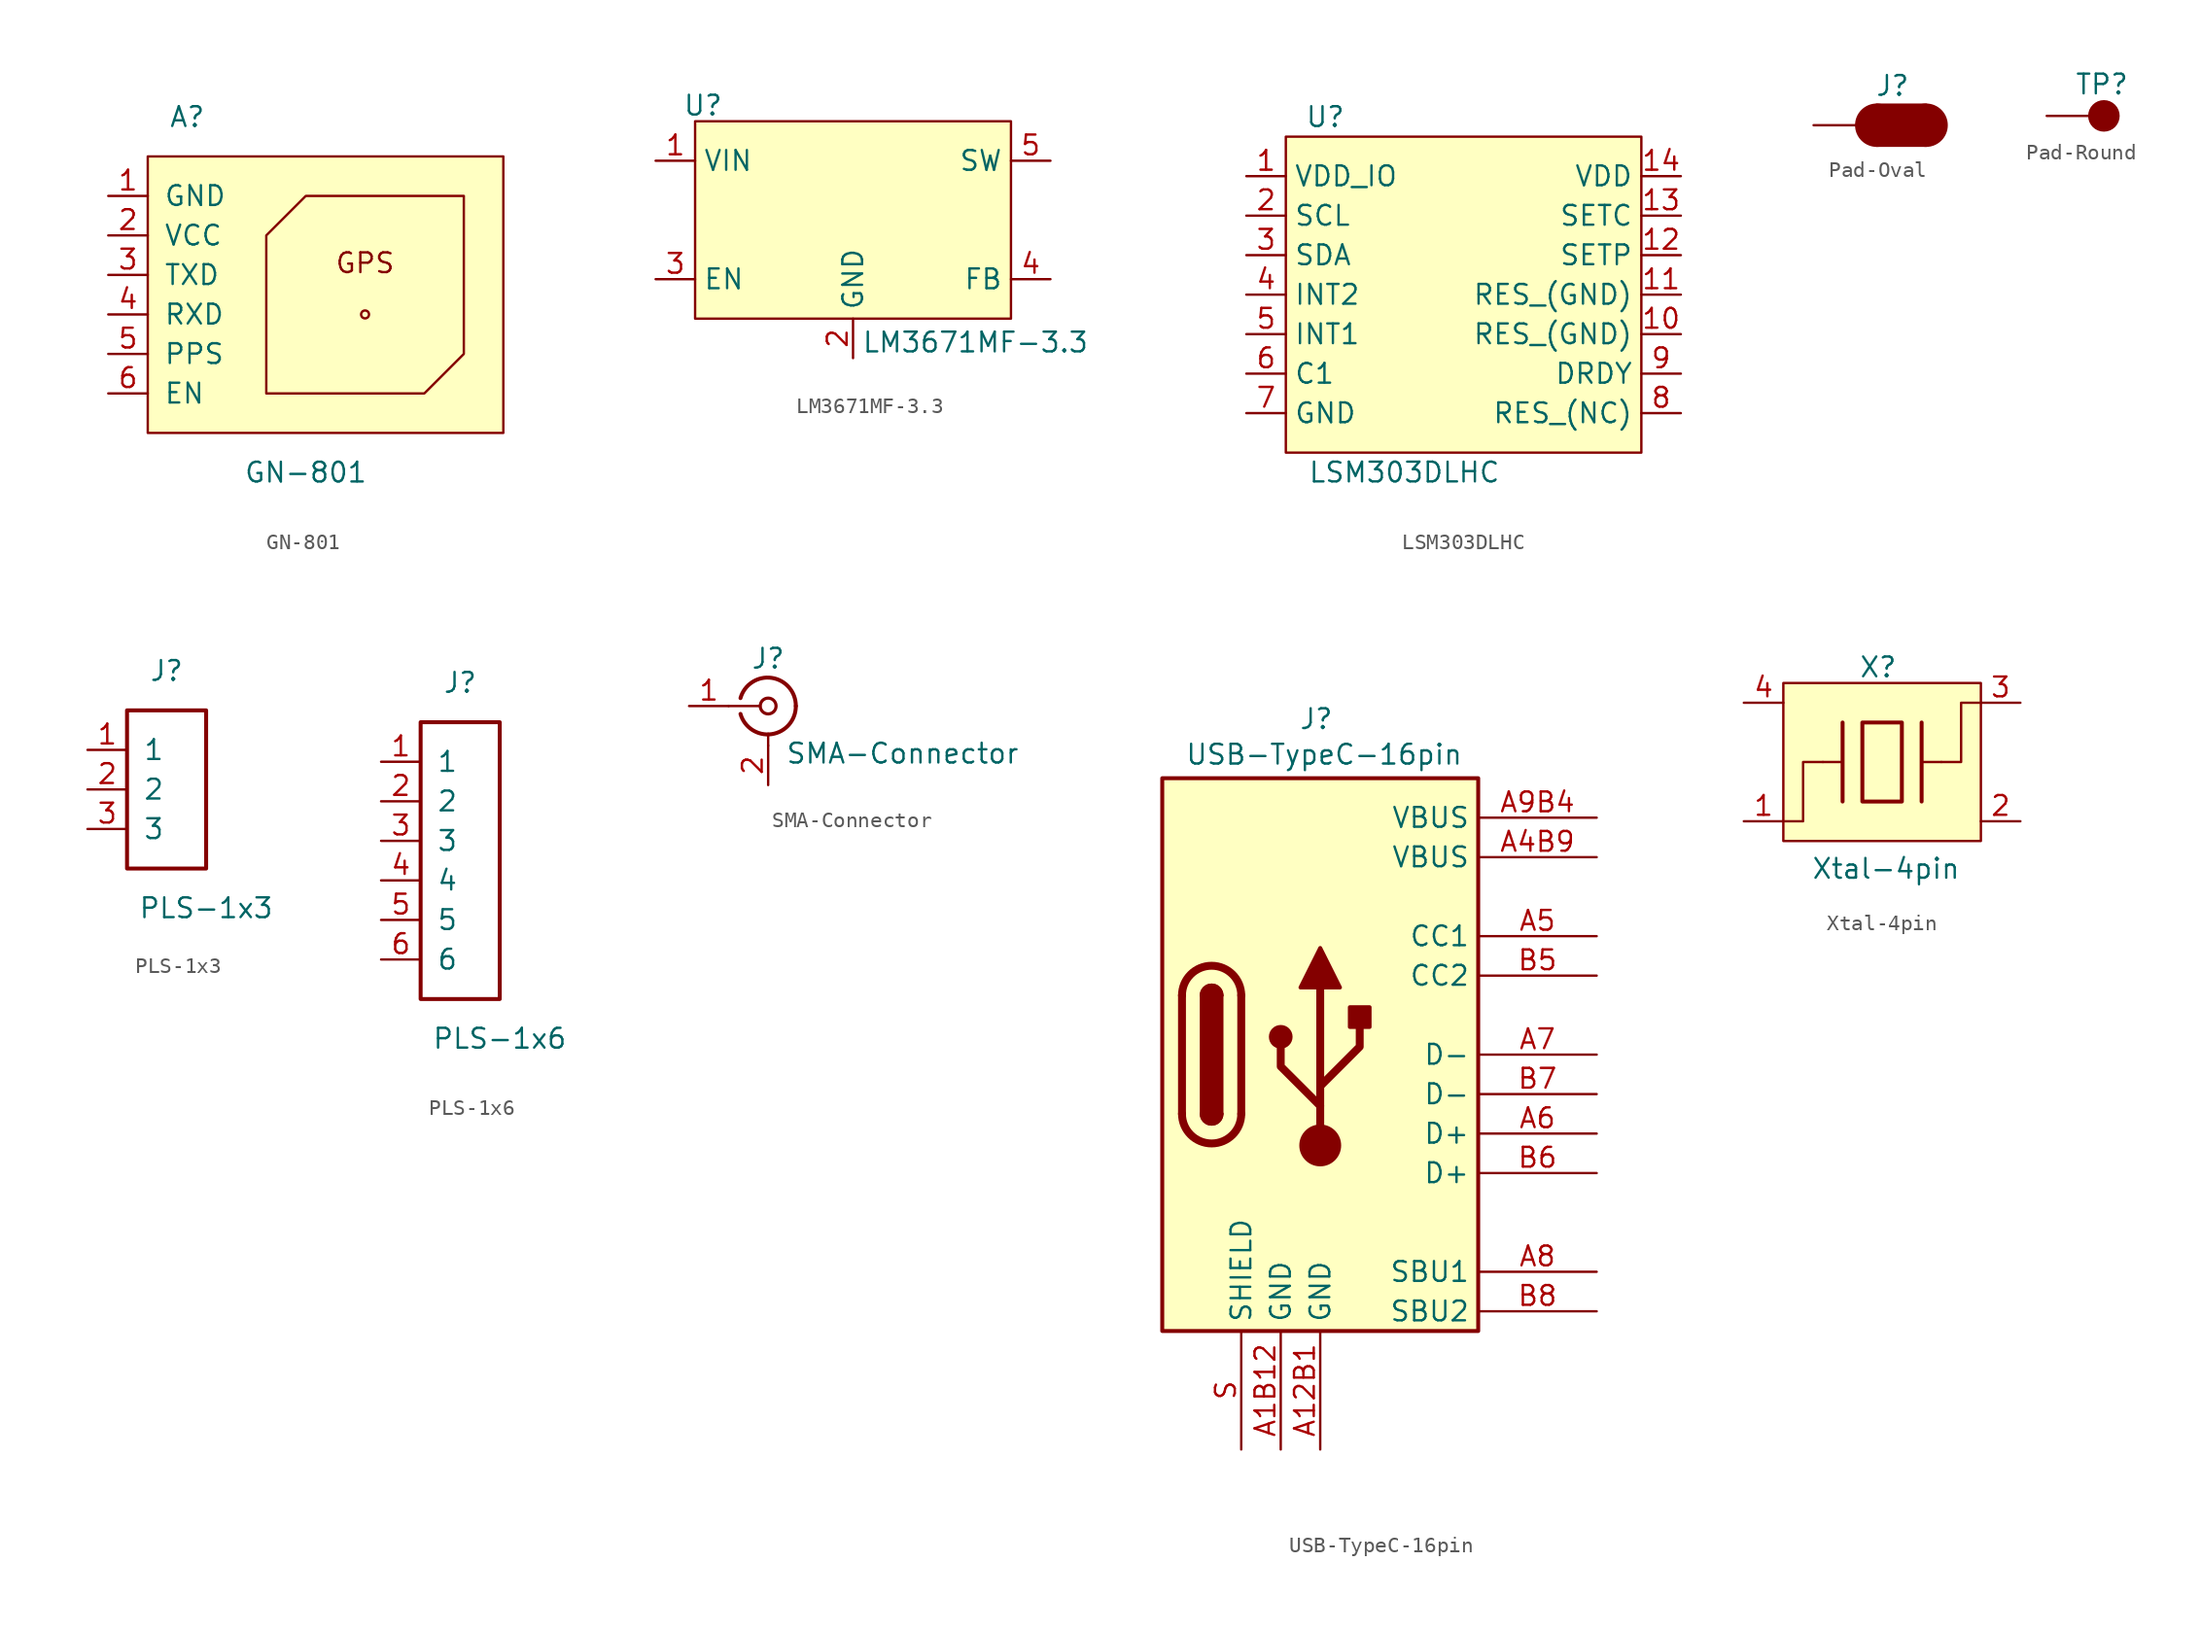
<source format=kicad_sym>
(kicad_symbol_lib
  (version 20241209)
  (generator "kicad_symbol_editor")
  (generator_version "9.0")
  (symbol "GN-801"
    (pin_names
      (offset 1.016))
    (property "Reference" "A"
      (at 5.08 5.08 0)
      (effects (font (size 1.27 1.27))))
    (property "Value" "GN-801"
      (at 12.7 -17.78 0)
      (effects (font (size 1.27 1.27))))
    (symbol "GN-801_0_0"
      (rectangle (start 2.54 2.54) (end 25.4 -15.24) (stroke (width 0) (type default)) (fill (type background)))
      (polyline (pts (xy 10.16 -2.54) (xy 12.7 0) (xy 22.86 0) (xy 22.86 -10.16) (xy 20.32 -12.7) (xy 10.16 -12.7) (xy 10.16 -2.54)) (stroke (width 0) (type default)) (fill (type none))))
    (symbol "GN-801_0_1"
      (circle (center 16.51 -7.62) (radius 0.254) (stroke (width 0) (type default)) (fill (type none))))
    (symbol "GN-801_1_1"
      (text "GPS" (at 16.51 -4.318 0) (effects (font (size 1.27 1.27))))
      (pin unspecified line (at 0 0 0) (length 2.54) (name "GND" (effects (font (size 1.27 1.27)))) (number "1" (effects (font (size 1.27 1.27)))))
      (pin unspecified line (at 0 -2.54 0) (length 2.54) (name "VCC" (effects (font (size 1.27 1.27)))) (number "2" (effects (font (size 1.27 1.27)))))
      (pin unspecified line (at 0 -5.08 0) (length 2.54) (name "TXD" (effects (font (size 1.27 1.27)))) (number "3" (effects (font (size 1.27 1.27)))))
      (pin unspecified line (at 0 -7.62 0) (length 2.54) (name "RXD" (effects (font (size 1.27 1.27)))) (number "4" (effects (font (size 1.27 1.27)))))
      (pin unspecified line (at 0 -10.16 0) (length 2.54) (name "PPS" (effects (font (size 1.27 1.27)))) (number "5" (effects (font (size 1.27 1.27)))))
      (pin unspecified line (at 0 -12.7 0) (length 2.54) (name "EN" (effects (font (size 1.27 1.27)))) (number "6" (effects (font (size 1.27 1.27)))))))
  (symbol "LM3671MF-3.3"
    (property "Reference" "U"
      (at 3.048 3.556 0)
      (effects (font (size 1.27 1.27))))
    (property "Value" "LM3671MF-3.3"
      (at 20.574 -11.684 0)
      (effects (font (size 1.27 1.27))))
    (symbol "LM3671MF-3.3_0_0"
      (rectangle (start 2.54 2.54) (end 22.86 -10.16) (stroke (width 0) (type default)) (fill (type background))))
    (symbol "LM3671MF-3.3_1_1"
      (pin unspecified line (at 0 0 0) (length 2.54) (name "VIN" (effects (font (size 1.27 1.27)))) (number "1" (effects (font (size 1.27 1.27)))))
      (pin unspecified line (at 0 -7.62 0) (length 2.54) (name "EN" (effects (font (size 1.27 1.27)))) (number "3" (effects (font (size 1.27 1.27)))))
      (pin unspecified line (at 12.7 -12.7 90) (length 2.54) (name "GND" (effects (font (size 1.27 1.27)))) (number "2" (effects (font (size 1.27 1.27)))))
      (pin unspecified line (at 25.4 0 180) (length 2.54) (name "SW" (effects (font (size 1.27 1.27)))) (number "5" (effects (font (size 1.27 1.27)))))
      (pin unspecified line (at 25.4 -7.62 180) (length 2.54) (name "FB" (effects (font (size 1.27 1.27)))) (number "4" (effects (font (size 1.27 1.27)))))))
  (symbol "LSM303DLHC"
    (property "Reference" "U"
      (at 5.08 3.81 0)
      (effects (font (size 1.27 1.27))))
    (property "Value" "LSM303DLHC"
      (at 10.16 -19.05 0)
      (effects (font (size 1.27 1.27))))
    (symbol "LSM303DLHC_0_1"
      (rectangle (start 2.54 2.54) (end 25.4 -17.78) (stroke (width 0) (type default)) (fill (type background))))
    (symbol "LSM303DLHC_1_1"
      (pin unspecified line (at 0 0 0) (length 2.54) (name "VDD_IO" (effects (font (size 1.27 1.27)))) (number "1" (effects (font (size 1.27 1.27)))))
      (pin unspecified line (at 0 -2.54 0) (length 2.54) (name "SCL" (effects (font (size 1.27 1.27)))) (number "2" (effects (font (size 1.27 1.27)))))
      (pin unspecified line (at 0 -5.08 0) (length 2.54) (name "SDA" (effects (font (size 1.27 1.27)))) (number "3" (effects (font (size 1.27 1.27)))))
      (pin unspecified line (at 0 -7.62 0) (length 2.54) (name "INT2" (effects (font (size 1.27 1.27)))) (number "4" (effects (font (size 1.27 1.27)))))
      (pin unspecified line (at 0 -10.16 0) (length 2.54) (name "INT1" (effects (font (size 1.27 1.27)))) (number "5" (effects (font (size 1.27 1.27)))))
      (pin unspecified line (at 0 -12.7 0) (length 2.54) (name "C1" (effects (font (size 1.27 1.27)))) (number "6" (effects (font (size 1.27 1.27)))))
      (pin unspecified line (at 0 -15.24 0) (length 2.54) (name "GND" (effects (font (size 1.27 1.27)))) (number "7" (effects (font (size 1.27 1.27)))))
      (pin unspecified line (at 27.94 0 180) (length 2.54) (name "VDD" (effects (font (size 1.27 1.27)))) (number "14" (effects (font (size 1.27 1.27)))))
      (pin unspecified line (at 27.94 -2.54 180) (length 2.54) (name "SETC" (effects (font (size 1.27 1.27)))) (number "13" (effects (font (size 1.27 1.27)))))
      (pin unspecified line (at 27.94 -5.08 180) (length 2.54) (name "SETP" (effects (font (size 1.27 1.27)))) (number "12" (effects (font (size 1.27 1.27)))))
      (pin unspecified line (at 27.94 -7.62 180) (length 2.54) (name "RES_(GND)" (effects (font (size 1.27 1.27)))) (number "11" (effects (font (size 1.27 1.27)))))
      (pin unspecified line (at 27.94 -10.16 180) (length 2.54) (name "RES_(GND)" (effects (font (size 1.27 1.27)))) (number "10" (effects (font (size 1.27 1.27)))))
      (pin unspecified line (at 27.94 -12.7 180) (length 2.54) (name "DRDY" (effects (font (size 1.27 1.27)))) (number "9" (effects (font (size 1.27 1.27)))))
      (pin unspecified line (at 27.94 -15.24 180) (length 2.54) (name "RES_(NC)" (effects (font (size 1.27 1.27)))) (number "8" (effects (font (size 1.27 1.27)))))))
  (symbol "Pad-Oval"
    (pin_numbers
      (hide yes))
    (pin_names
      (offset 1.016)
      (hide yes))
    (property "Reference" "J"
      (at 5.08 2.54 0)
      (effects (font (size 1.27 1.27))))
    (symbol "Pad-Oval_0_1"
      (polyline (pts (xy 4.064 1.27) (xy 7.239 1.27) (xy 7.239 -1.27) (xy 4.064 -1.27) (xy 4.064 1.27)) (stroke (width 0.254) (type default)) (fill (type outline)))
      (circle (center 4.064 0) (radius 1.27) (stroke (width 0.254) (type default)) (fill (type outline)))
      (circle (center 7.239 0) (radius 1.27) (stroke (width 0.254) (type default)) (fill (type outline))))
    (symbol "Pad-Oval_1_1"
      (pin unspecified line (at 0 0 0) (length 2.794) (name "1" (effects (font (size 1.27 1.27)))) (number "1" (effects (font (size 1.27 1.27)))))))
  (symbol "Pad-Round"
    (pin_numbers
      (hide yes))
    (pin_names
      (offset 1.016)
      (hide yes))
    (property "Reference" "TP"
      (at 3.556 2.032 0)
      (effects (font (size 1.27 1.27))))
    (symbol "Pad-Round_0_1"
      (circle (center 3.683 0) (radius 0.889) (stroke (width 0.254) (type default)) (fill (type outline))))
    (symbol "Pad-Round_1_1"
      (pin unspecified line (at 0 0 0) (length 2.794) (name "1" (effects (font (size 1.27 1.27)))) (number "1" (effects (font (size 1.27 1.27)))))))
  (symbol "PLS-1x3"
    (pin_names
      (offset 1.016))
    (property "Reference" "J"
      (at 5.08 5.08 0)
      (effects (font (size 1.27 1.27))))
    (property "Value" "PLS-1x3"
      (at 7.62 -10.16 0)
      (effects (font (size 1.27 1.27))))
    (symbol "PLS-1x3_0_1"
      (rectangle (start 2.54 2.54) (end 7.62 -7.62) (stroke (width 0.254) (type default)) (fill (type none))))
    (symbol "PLS-1x3_1_1"
      (pin unspecified line (at 0 0 0) (length 2.54) (name "1" (effects (font (size 1.27 1.27)))) (number "1" (effects (font (size 1.27 1.27)))))
      (pin unspecified line (at 0 -2.54 0) (length 2.54) (name "2" (effects (font (size 1.27 1.27)))) (number "2" (effects (font (size 1.27 1.27)))))
      (pin unspecified line (at 0 -5.08 0) (length 2.54) (name "3" (effects (font (size 1.27 1.27)))) (number "3" (effects (font (size 1.27 1.27)))))))
  (symbol "PLS-1x6"
    (pin_names
      (offset 1.016))
    (property "Reference" "J"
      (at 5.08 5.08 0)
      (effects (font (size 1.27 1.27))))
    (property "Value" "PLS-1x6"
      (at 7.62 -17.78 0)
      (effects (font (size 1.27 1.27))))
    (symbol "PLS-1x6_0_1"
      (rectangle (start 2.54 2.54) (end 7.62 -15.24) (stroke (width 0.254) (type default)) (fill (type none))))
    (symbol "PLS-1x6_1_1"
      (pin unspecified line (at 0 0 0) (length 2.54) (name "1" (effects (font (size 1.27 1.27)))) (number "1" (effects (font (size 1.27 1.27)))))
      (pin unspecified line (at 0 -2.54 0) (length 2.54) (name "2" (effects (font (size 1.27 1.27)))) (number "2" (effects (font (size 1.27 1.27)))))
      (pin unspecified line (at 0 -5.08 0) (length 2.54) (name "3" (effects (font (size 1.27 1.27)))) (number "3" (effects (font (size 1.27 1.27)))))
      (pin unspecified line (at 0 -7.62 0) (length 2.54) (name "4" (effects (font (size 1.27 1.27)))) (number "4" (effects (font (size 1.27 1.27)))))
      (pin unspecified line (at 0 -10.16 0) (length 2.54) (name "5" (effects (font (size 1.27 1.27)))) (number "5" (effects (font (size 1.27 1.27)))))
      (pin unspecified line (at 0 -12.7 0) (length 2.54) (name "6" (effects (font (size 1.27 1.27)))) (number "6" (effects (font (size 1.27 1.27)))))))
  (symbol "SMA-Connector"
    (pin_names
      (hide yes))
    (property "Reference" "J"
      (at 5.08 3.048 0)
      (effects (font (size 1.27 1.27))))
    (property "Value" "SMA-Connector"
      (at 13.716 -3.048 0)
      (effects (font (size 1.27 1.27))))
    (symbol "SMA-Connector_0_1"
      (polyline (pts (xy 2.54 0) (xy 4.572 0)) (stroke (width 0) (type default)) (fill (type none)))
      (arc (start 6.858 0) (mid 5.302 -1.8079) (end 3.302 -0.508) (stroke (width 0.254) (type default)) (fill (type none)))
      (arc (start 3.302 0.508) (mid 5.3021 1.8084) (end 6.858 0) (stroke (width 0.254) (type default)) (fill (type none)))
      (circle (center 5.08 0) (radius 0.508) (stroke (width 0.203) (type default)) (fill (type none)))
      (polyline (pts (xy 5.08 -2.54) (xy 5.08 -1.778)) (stroke (width 0) (type default)) (fill (type none))))
    (symbol "SMA-Connector_1_1"
      (pin unspecified line (at 0 0 0) (length 2.54) (name "RF" (effects (font (size 1.27 1.27)))) (number "1" (effects (font (size 1.27 1.27)))))
      (pin passive line (at 5.08 -5.08 90) (length 2.54) (name "GND" (effects (font (size 1.27 1.27)))) (number "2" (effects (font (size 1.27 1.27)))))))
  (symbol "USB-TypeC-16pin"
    (property "Reference" "J"
      (at -18.034 6.35 0)
      (effects (font (size 1.27 1.27))))
    (property "Value" "USB-TypeC-16pin"
      (at -17.526 4.064 0)
      (effects (font (size 1.27 1.27))))
    (symbol "USB-TypeC-16pin_0_1"
      (rectangle (start -27.94 2.54) (end -7.62 -33.02) (stroke (width 0.254) (type default)) (fill (type background)))
      (polyline (pts (xy -26.67 -19.05) (xy -26.67 -11.43)) (stroke (width 0.508) (type default)) (fill (type none)))
      (rectangle (start -25.4 -19.05) (end -24.13 -11.43) (stroke (width 0.254) (type default)) (fill (type outline)))
      (arc (start -25.4 -11.43) (mid -24.765 -10.7977) (end -24.13 -11.43) (stroke (width 0.254) (type default)) (fill (type none)))
      (arc (start -25.4 -11.43) (mid -24.765 -10.7977) (end -24.13 -11.43) (stroke (width 0.254) (type default)) (fill (type outline)))
      (arc (start -26.67 -11.43) (mid -24.765 -9.5333) (end -22.86 -11.43) (stroke (width 0.508) (type default)) (fill (type none)))
      (arc (start -22.86 -19.05) (mid -24.765 -20.9467) (end -26.67 -19.05) (stroke (width 0.508) (type default)) (fill (type none)))
      (arc (start -24.13 -19.05) (mid -24.765 -19.6823) (end -25.4 -19.05) (stroke (width 0.254) (type default)) (fill (type none)))
      (arc (start -24.13 -19.05) (mid -24.765 -19.6823) (end -25.4 -19.05) (stroke (width 0.254) (type default)) (fill (type outline)))
      (polyline (pts (xy -22.86 -11.43) (xy -22.86 -19.05)) (stroke (width 0.508) (type default)) (fill (type none)))
      (circle (center -20.32 -14.097) (radius 0.635) (stroke (width 0.254) (type default)) (fill (type outline)))
      (polyline (pts (xy -19.05 -10.922) (xy -17.78 -8.382) (xy -16.51 -10.922) (xy -19.05 -10.922)) (stroke (width 0.254) (type default)) (fill (type outline)))
      (polyline (pts (xy -17.78 -17.272) (xy -15.24 -14.732) (xy -15.24 -13.462)) (stroke (width 0.508) (type default)) (fill (type none)))
      (polyline (pts (xy -17.78 -18.542) (xy -20.32 -16.002) (xy -20.32 -14.732)) (stroke (width 0.508) (type default)) (fill (type none)))
      (circle (center -17.78 -21.082) (radius 1.27) (stroke (width 0) (type default)) (fill (type outline)))
      (polyline (pts (xy -17.78 -21.082) (xy -17.78 -10.922)) (stroke (width 0.508) (type default)) (fill (type none)))
      (rectangle (start -15.875 -13.462) (end -14.605 -12.192) (stroke (width 0.254) (type default)) (fill (type outline))))
    (symbol "USB-TypeC-16pin_1_1"
      (pin passive line (at -22.86 -40.64 90) (length 7.62) (name "SHIELD" (effects (font (size 1.27 1.27)))) (number "S" (effects (font (size 1.27 1.27)))))
      (pin passive line (at -20.32 -40.64 90) (length 7.62) (name "GND" (effects (font (size 1.27 1.27)))) (number "A1B12" (effects (font (size 1.27 1.27)))))
      (pin passive line (at -17.78 -40.64 90) (length 7.62) (name "GND" (effects (font (size 1.27 1.27)))) (number "A12B1" (effects (font (size 1.27 1.27)))))
      (pin passive line (at 0 0 180) (length 7.62) (name "VBUS" (effects (font (size 1.27 1.27)))) (number "A9B4" (effects (font (size 1.27 1.27)))))
      (pin passive line (at 0 -2.54 180) (length 7.62) (name "VBUS" (effects (font (size 1.27 1.27)))) (number "A4B9" (effects (font (size 1.27 1.27)))))
      (pin bidirectional line (at 0 -7.62 180) (length 7.62) (name "CC1" (effects (font (size 1.27 1.27)))) (number "A5" (effects (font (size 1.27 1.27)))))
      (pin bidirectional line (at 0 -10.16 180) (length 7.62) (name "CC2" (effects (font (size 1.27 1.27)))) (number "B5" (effects (font (size 1.27 1.27)))))
      (pin unspecified line (at 0 -15.24 180) (length 7.62) (name "D-" (effects (font (size 1.27 1.27)))) (number "A7" (effects (font (size 1.27 1.27)))))
      (pin bidirectional line (at 0 -17.78 180) (length 7.62) (name "D-" (effects (font (size 1.27 1.27)))) (number "B7" (effects (font (size 1.27 1.27)))))
      (pin bidirectional line (at 0 -20.32 180) (length 7.62) (name "D+" (effects (font (size 1.27 1.27)))) (number "A6" (effects (font (size 1.27 1.27)))))
      (pin bidirectional line (at 0 -22.86 180) (length 7.62) (name "D+" (effects (font (size 1.27 1.27)))) (number "B6" (effects (font (size 1.27 1.27)))))
      (pin bidirectional line (at 0 -29.21 180) (length 7.62) (name "SBU1" (effects (font (size 1.27 1.27)))) (number "A8" (effects (font (size 1.27 1.27)))))
      (pin bidirectional line (at 0 -31.75 180) (length 7.62) (name "SBU2" (effects (font (size 1.27 1.27)))) (number "B8" (effects (font (size 1.27 1.27)))))))
  (symbol "Xtal-4pin"
    (pin_names
      (offset 1.016)
      (hide yes))
    (property "Reference" "X"
      (at 8.636 9.906 0)
      (effects (font (size 1.27 1.27))))
    (property "Value" "Xtal-4pin"
      (at 9.144 -3.048 0)
      (effects (font (size 1.27 1.27))))
    (symbol "Xtal-4pin_0_0"
      (polyline (pts (xy 5.08 3.81) (xy 6.35 3.81)) (stroke (width 0) (type default)) (fill (type none)))
      (polyline (pts (xy 6.35 6.35) (xy 6.35 1.27)) (stroke (width 0.254) (type default)) (fill (type none)))
      (polyline (pts (xy 7.62 6.35) (xy 7.62 1.27) (xy 10.16 1.27) (xy 10.16 6.35) (xy 7.62 6.35)) (stroke (width 0.254) (type default)) (fill (type none)))
      (polyline (pts (xy 11.43 6.35) (xy 11.43 1.27)) (stroke (width 0.254) (type default)) (fill (type none)))
      (polyline (pts (xy 12.7 3.81) (xy 11.43 3.81)) (stroke (width 0) (type default)) (fill (type none))))
    (symbol "Xtal-4pin_0_1"
      (polyline (pts (xy 5.08 3.81) (xy 3.81 3.81) (xy 3.81 0) (xy 2.54 0)) (stroke (width 0) (type default)) (fill (type none)))
      (polyline (pts (xy 12.7 3.81) (xy 13.97 3.81) (xy 13.97 7.62) (xy 15.24 7.62)) (stroke (width 0) (type default)) (fill (type none))))
    (symbol "Xtal-4pin_1_1"
      (rectangle (start 2.54 8.89) (end 15.24 -1.27) (stroke (width 0) (type solid)) (fill (type background)))
      (pin unspecified line (at 0 7.62 0) (length 2.54) (name "4" (effects (font (size 1.27 1.27)))) (number "4" (effects (font (size 1.27 1.27)))))
      (pin unspecified line (at 0 0 0) (length 2.54) (name "1" (effects (font (size 1.27 1.27)))) (number "1" (effects (font (size 1.27 1.27)))))
      (pin unspecified line (at 17.78 7.62 180) (length 2.54) (name "3" (effects (font (size 1.27 1.27)))) (number "3" (effects (font (size 1.27 1.27)))))
      (pin unspecified line (at 17.78 0 180) (length 2.54) (name "2" (effects (font (size 1.27 1.27)))) (number "2" (effects (font (size 1.27 1.27))))))))
</source>
